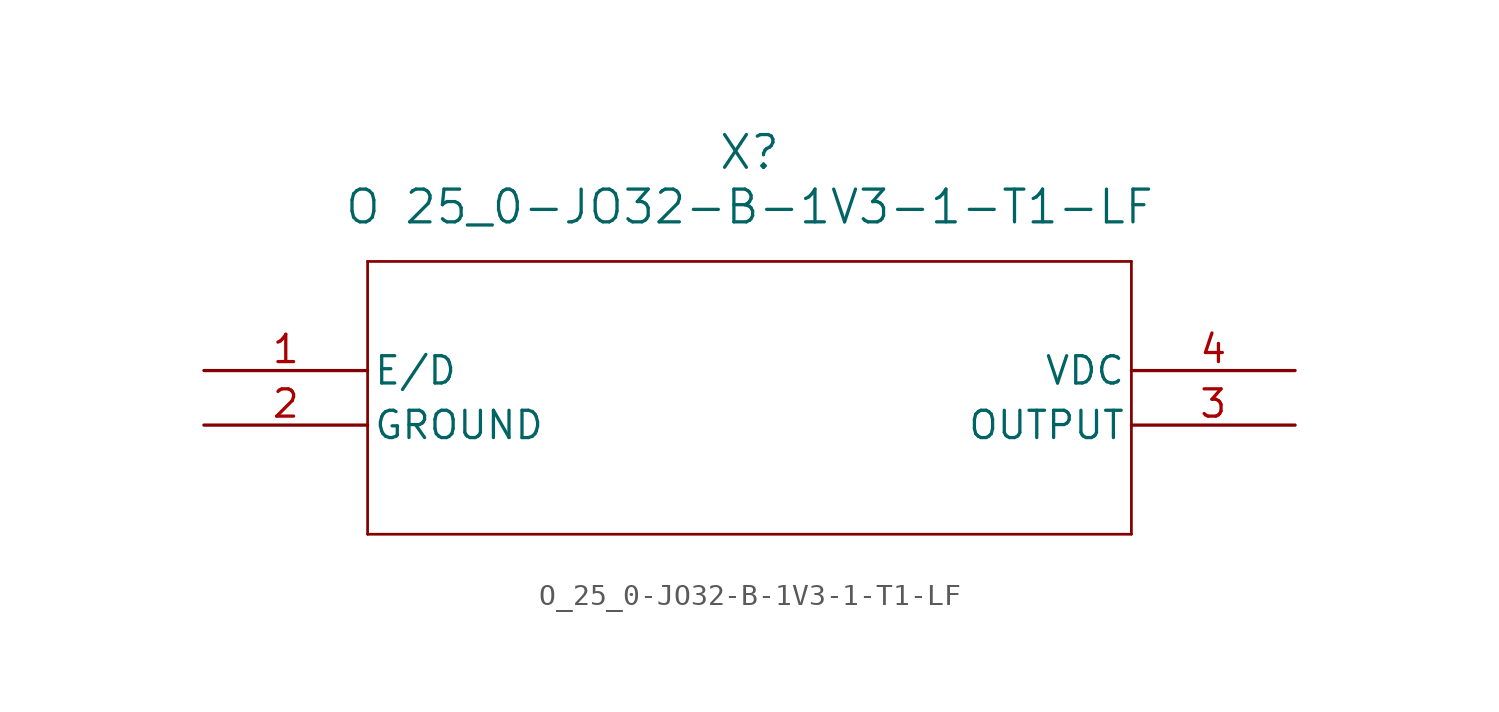
<source format=kicad_sym>
(kicad_symbol_lib
  (version 20211014)
  (generator kicad_symbol_editor)
  (symbol "O_25_0-JO32-B-1V3-1-T1-LF"
    (pin_names
      (offset 0.254))
    (property "Reference" "X"
      (at 25.4 10.16 0)
      (effects (font (size 1.524 1.524))))
    (property "Value" "O 25_0-JO32-B-1V3-1-T1-LF"
      (at 25.4 7.62 0)
      (effects (font (size 1.524 1.524))))
    (symbol "O_25_0-JO32-B-1V3-1-T1-LF_0_1"
      (polyline (pts (xy 7.62 5.08) (xy 7.62 -7.62)) (stroke (width 0.127) (type default) (color 0 0 0 0)) (fill (type none)))
      (polyline (pts (xy 7.62 -7.62) (xy 43.18 -7.62)) (stroke (width 0.127) (type default) (color 0 0 0 0)) (fill (type none)))
      (polyline (pts (xy 43.18 -7.62) (xy 43.18 5.08)) (stroke (width 0.127) (type default) (color 0 0 0 0)) (fill (type none)))
      (polyline (pts (xy 43.18 5.08) (xy 7.62 5.08)) (stroke (width 0.127) (type default) (color 0 0 0 0)) (fill (type none)))
      (pin unspecified line (at 0 0 0) (length 7.62) (name "E/D" (effects (font (size 1.27 1.27)))) (number "1" (effects (font (size 1.27 1.27)))))
      (pin power_out line (at 0 -2.54 0) (length 7.62) (name "GROUND" (effects (font (size 1.27 1.27)))) (number "2" (effects (font (size 1.27 1.27)))))
      (pin output line (at 50.8 -2.54 180) (length 7.62) (name "OUTPUT" (effects (font (size 1.27 1.27)))) (number "3" (effects (font (size 1.27 1.27)))))
      (pin power_in line (at 50.8 0 180) (length 7.62) (name "VDC" (effects (font (size 1.27 1.27)))) (number "4" (effects (font (size 1.27 1.27))))))))
</source>
